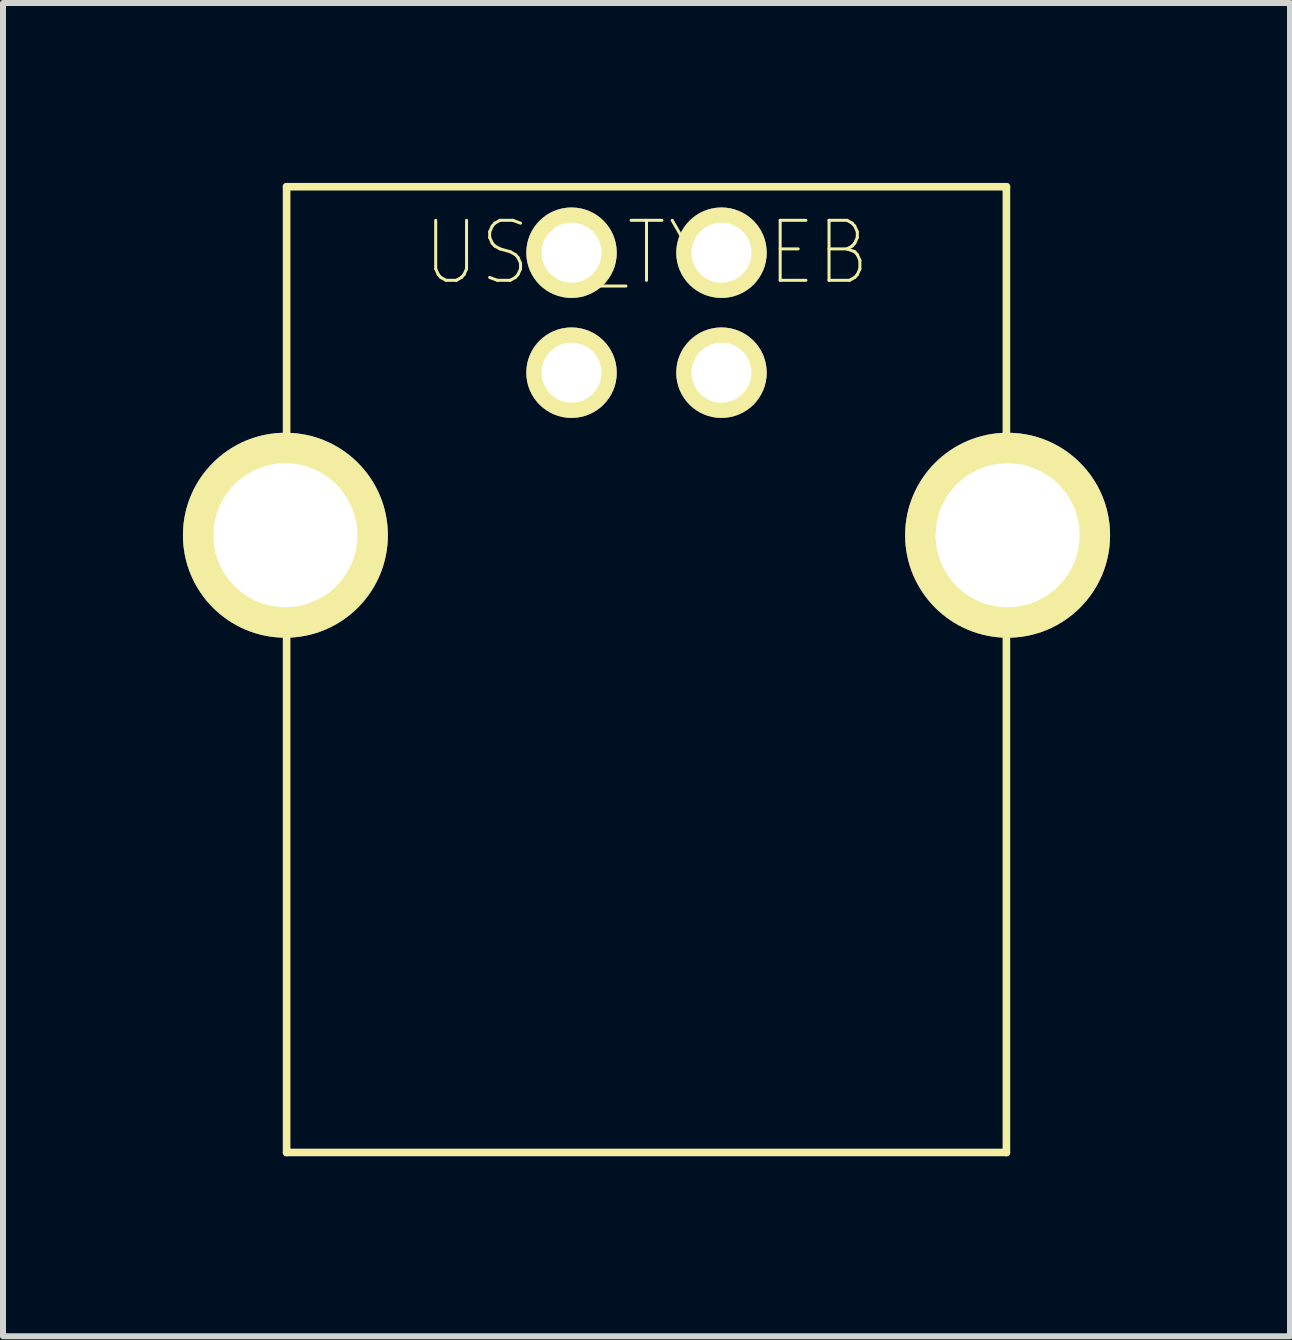
<source format=kicad_pcb>
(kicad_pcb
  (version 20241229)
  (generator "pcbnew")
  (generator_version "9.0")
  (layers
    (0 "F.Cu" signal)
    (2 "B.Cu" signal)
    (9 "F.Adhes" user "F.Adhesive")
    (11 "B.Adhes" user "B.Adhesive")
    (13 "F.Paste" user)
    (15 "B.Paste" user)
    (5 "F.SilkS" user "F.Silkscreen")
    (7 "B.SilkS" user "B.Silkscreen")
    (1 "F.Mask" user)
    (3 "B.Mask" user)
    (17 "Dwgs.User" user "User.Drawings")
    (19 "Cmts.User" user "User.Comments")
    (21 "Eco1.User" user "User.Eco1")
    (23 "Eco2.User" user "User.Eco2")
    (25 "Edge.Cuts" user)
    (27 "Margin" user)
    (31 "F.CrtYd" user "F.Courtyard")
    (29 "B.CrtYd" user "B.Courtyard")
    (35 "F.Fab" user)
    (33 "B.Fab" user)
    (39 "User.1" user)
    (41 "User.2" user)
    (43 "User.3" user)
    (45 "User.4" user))
  (footprint "USB_TYPEB"
    (layer "F.Cu")
    (at 7.728 1.163)
    (property "Reference" "USB_TYPEB" (at 0 0 0) (layer "F.SilkS") (effects (font (size 1 0.9) (thickness 0.05))))
    (attr through_hole)
    (fp_line (start -6 -1.1) (end 6 -1.1) (stroke (width 0.127) (type solid)) (layer "F.SilkS"))
    (fp_line (start -6 15) (end -6 -1.1) (stroke (width 0.127) (type solid)) (layer "F.SilkS"))
    (fp_line (start 6 -1.1) (end 6 4.7) (stroke (width 0.127) (type solid)) (layer "F.SilkS"))
    (fp_line (start 6 4.7) (end 6 15) (stroke (width 0.127) (type solid)) (layer "F.SilkS"))
    (fp_line (start 6 15) (end -6 15) (stroke (width 0.127) (type solid)) (layer "F.SilkS"))
    (fp_line (start 6 4.7) (end 6.1 4.7) (stroke (width 0.127) (type solid)) (layer "Dwgs.User"))
    (pad "D+" thru_hole circle (at -1.25 2) (size 1.508 1.508) (drill 1) (layers "*.Cu" "*.Mask" "F.SilkS"))
    (pad "D-" thru_hole circle (at -1.25 0) (size 1.508 1.508) (drill 1) (layers "*.Cu" "*.Mask" "F.SilkS"))
    (pad "DBUS" thru_hole circle (at 1.25 0) (size 1.508 1.508) (drill 1) (layers "*.Cu" "*.Mask" "F.SilkS"))
    (pad "GND" thru_hole circle (at 1.25 2) (size 1.508 1.508) (drill 1) (layers "*.Cu" "*.Mask" "F.SilkS"))
    (pad "P$5" thru_hole circle (at -6.02 4.71) (size 3.416 3.416) (drill 2.4) (layers "*.Cu" "*.Mask" "F.SilkS"))
    (pad "P$6" thru_hole circle (at 6.02 4.71) (size 3.416 3.416) (drill 2.4) (layers "*.Cu" "*.Mask" "F.SilkS")))
  (gr_rect
    (start -3 -3)
    (end 18.456 19.227)
    (stroke (width 0.1) (type default))
    (fill no)
    (layer "Edge.Cuts")))
</source>
